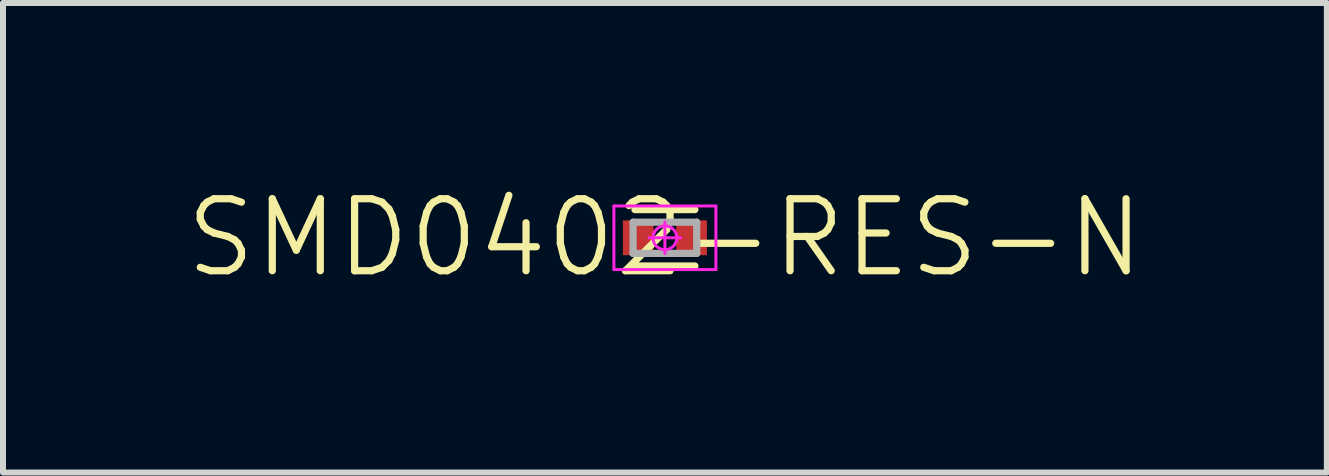
<source format=kicad_pcb>
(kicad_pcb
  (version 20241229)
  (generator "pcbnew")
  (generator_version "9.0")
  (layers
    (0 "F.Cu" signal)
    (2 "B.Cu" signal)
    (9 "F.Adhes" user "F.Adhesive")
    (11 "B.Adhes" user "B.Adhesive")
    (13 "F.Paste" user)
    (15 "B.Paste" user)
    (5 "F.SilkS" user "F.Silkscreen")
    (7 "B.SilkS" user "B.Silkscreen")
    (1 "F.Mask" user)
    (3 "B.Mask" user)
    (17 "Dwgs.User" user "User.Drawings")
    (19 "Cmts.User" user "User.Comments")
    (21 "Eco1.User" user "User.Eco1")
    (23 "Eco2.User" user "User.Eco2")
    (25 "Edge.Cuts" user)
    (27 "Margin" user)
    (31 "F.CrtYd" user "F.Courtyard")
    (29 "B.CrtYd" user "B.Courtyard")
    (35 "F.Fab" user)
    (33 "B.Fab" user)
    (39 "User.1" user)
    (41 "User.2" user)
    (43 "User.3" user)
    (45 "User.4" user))
  (footprint "SMD0402-RES-N"
    (layer "F.Cu")
    (at 8.031 0.913)
    (property "Reference" "SMD0402-RES-N" (at 0 0 0) (layer "F.SilkS") (effects (font (size 1.2 1.2) (thickness 0.12))))
    (attr smd)
    (fp_line (start 0.5 -0.47) (end -0.5 -0.47) (stroke (width 0.12) (type solid)) (layer "F.SilkS"))
    (fp_line (start 0.5 0.47) (end -0.5 0.47) (stroke (width 0.12) (type solid)) (layer "F.SilkS"))
    (fp_line (start -0.85 -0.53) (end 0.85 -0.53) (stroke (width 0.05) (type solid)) (layer "F.CrtYd"))
    (fp_line (start -0.85 0.53) (end -0.85 -0.53) (stroke (width 0.05) (type solid)) (layer "F.CrtYd"))
    (fp_line (start 0 -0.265) (end 0 0.265) (stroke (width 0.05) (type solid)) (layer "F.CrtYd"))
    (fp_line (start 0.265 0) (end -0.265 0) (stroke (width 0.05) (type solid)) (layer "F.CrtYd"))
    (fp_line (start 0.85 -0.53) (end 0.85 0.53) (stroke (width 0.05) (type solid)) (layer "F.CrtYd"))
    (fp_line (start 0.85 0.53) (end -0.85 0.53) (stroke (width 0.05) (type solid)) (layer "F.CrtYd"))
    (fp_circle (center 0 0) (end 0 0.199) (stroke (width 0.05) (type solid)) (fill no) (layer "F.CrtYd"))
    (fp_line (start -0.53 -0.26) (end 0.53 -0.26) (stroke (width 0.12) (type solid)) (layer "F.Fab"))
    (fp_line (start -0.53 0.26) (end -0.53 -0.26) (stroke (width 0.12) (type solid)) (layer "F.Fab"))
    (fp_line (start 0.53 -0.26) (end 0.53 0.26) (stroke (width 0.12) (type solid)) (layer "F.Fab"))
    (fp_line (start 0.53 0.26) (end -0.53 0.26) (stroke (width 0.12) (type solid)) (layer "F.Fab"))
    (pad "1" smd rect (at -0.445 0) (size 0.51 0.58) (layers "F.Cu" "F.Mask" "F.Paste"))
    (pad "2" smd rect (at 0.445 0) (size 0.51 0.58) (layers "F.Cu" "F.Mask" "F.Paste")))
  (gr_rect
    (start -3 -3)
    (end 19.063 4.825)
    (stroke (width 0.1) (type default))
    (fill no)
    (layer "Edge.Cuts")))
</source>
